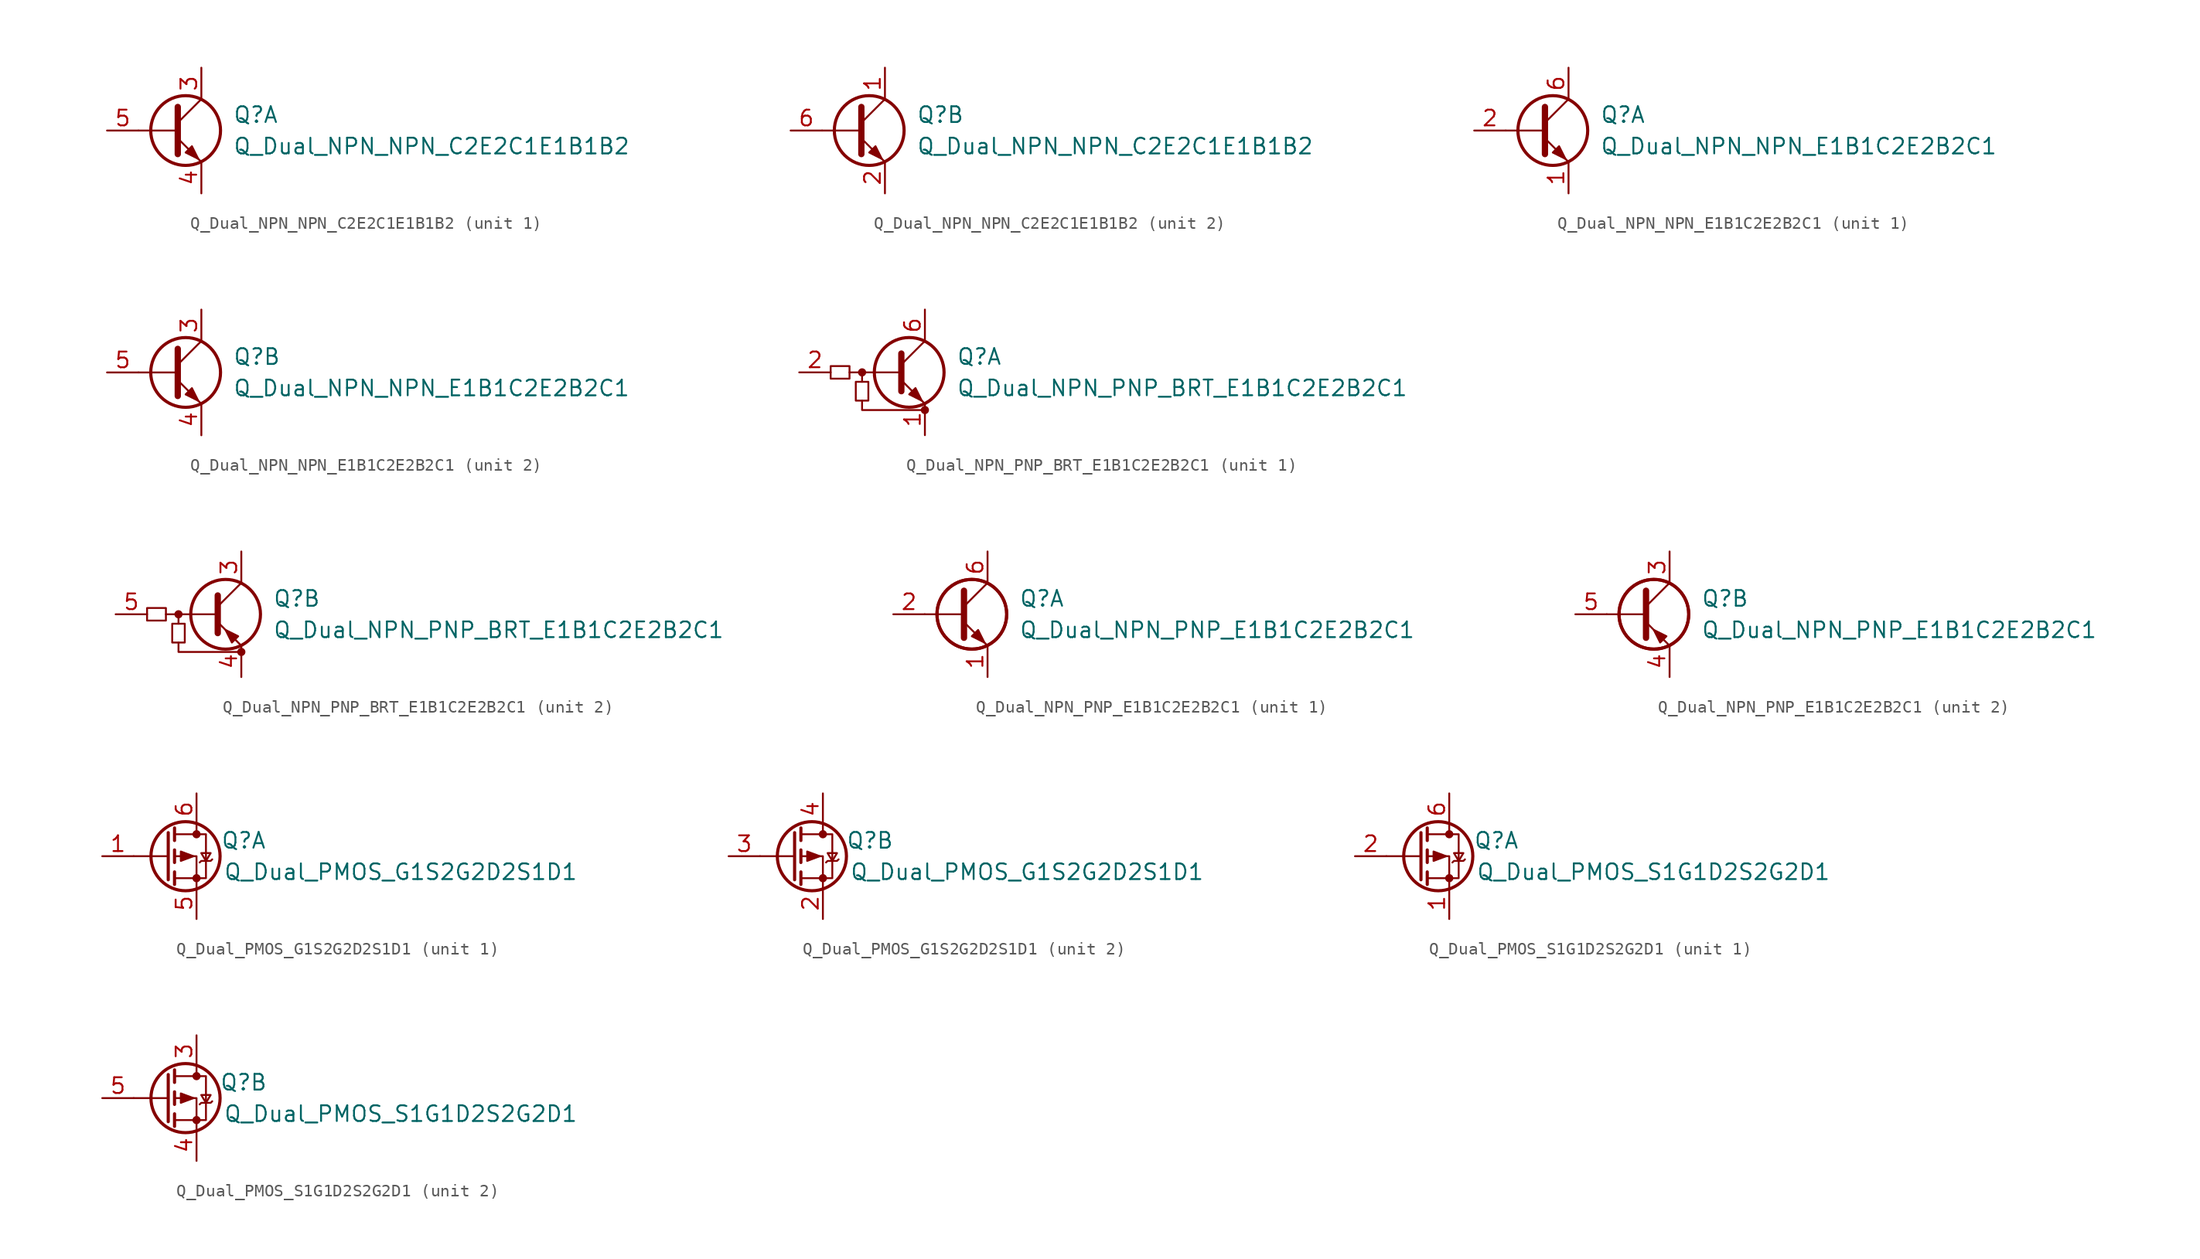
<source format=kicad_sym>
(kicad_symbol_lib
  (version 20241209)
  (generator "kicad_symbol_editor")
  (generator_version "9.0")
  (symbol "Q_Dual_NPN_NPN_C2E2C1E1B1B2"
    (pin_names
      (offset 0)
      (hide yes))
    (property "Reference" "Q"
      (at 5.08 1.27 0)
      (effects (font (size 1.27 1.27)) (justify left)))
    (property "Value" "Q_Dual_NPN_NPN_C2E2C1E1B1B2"
      (at 5.08 -1.27 0)
      (effects (font (size 1.27 1.27)) (justify left)))
    (property "ki_locked" ""
      (at 0 0 0)
      (effects (font (size 1.27 1.27))))
    (symbol "Q_Dual_NPN_NPN_C2E2C1E1B1B2_0_1"
      (polyline (pts (xy 0.635 1.905) (xy 0.635 -1.905) (xy 0.635 -1.905)) (stroke (width 0.508) (type solid)) (fill (type none)))
      (polyline (pts (xy 0.635 0.635) (xy 2.54 2.54)) (stroke (width 0) (type solid)) (fill (type none)))
      (polyline (pts (xy 0.635 0) (xy -2.54 0)) (stroke (width 0) (type solid)) (fill (type none)))
      (polyline (pts (xy 0.635 -0.635) (xy 2.54 -2.54) (xy 2.54 -2.54)) (stroke (width 0) (type solid)) (fill (type none)))
      (circle (center 1.27 0) (radius 2.819) (stroke (width 0.254) (type solid)) (fill (type none)))
      (polyline (pts (xy 1.27 -1.778) (xy 1.778 -1.27) (xy 2.286 -2.286) (xy 1.27 -1.778) (xy 1.27 -1.778)) (stroke (width 0) (type solid)) (fill (type outline))))
    (symbol "Q_Dual_NPN_NPN_C2E2C1E1B1B2_1_1"
      (pin input line (at -5.08 0 0) (length 2.54) (name "B1" (effects (font (size 1.27 1.27)))) (number "5" (effects (font (size 1.27 1.27)))))
      (pin passive line (at 2.54 5.08 270) (length 2.54) (name "C1" (effects (font (size 1.27 1.27)))) (number "3" (effects (font (size 1.27 1.27)))))
      (pin passive line (at 2.54 -5.08 90) (length 2.54) (name "E1" (effects (font (size 1.27 1.27)))) (number "4" (effects (font (size 1.27 1.27))))))
    (symbol "Q_Dual_NPN_NPN_C2E2C1E1B1B2_2_1"
      (pin input line (at -5.08 0 0) (length 2.54) (name "B2" (effects (font (size 1.27 1.27)))) (number "6" (effects (font (size 1.27 1.27)))))
      (pin passive line (at 2.54 5.08 270) (length 2.54) (name "C2" (effects (font (size 1.27 1.27)))) (number "1" (effects (font (size 1.27 1.27)))))
      (pin passive line (at 2.54 -5.08 90) (length 2.54) (name "E2" (effects (font (size 1.27 1.27)))) (number "2" (effects (font (size 1.27 1.27)))))))
  (symbol "Q_Dual_NPN_NPN_E1B1C2E2B2C1"
    (pin_names
      (offset 0)
      (hide yes))
    (property "Reference" "Q"
      (at 5.08 1.27 0)
      (effects (font (size 1.27 1.27)) (justify left)))
    (property "Value" "Q_Dual_NPN_NPN_E1B1C2E2B2C1"
      (at 5.08 -1.27 0)
      (effects (font (size 1.27 1.27)) (justify left)))
    (property "ki_locked" ""
      (at 0 0 0)
      (effects (font (size 1.27 1.27))))
    (symbol "Q_Dual_NPN_NPN_E1B1C2E2B2C1_0_1"
      (polyline (pts (xy 0.635 1.905) (xy 0.635 -1.905) (xy 0.635 -1.905)) (stroke (width 0.508) (type solid)) (fill (type none)))
      (polyline (pts (xy 0.635 0.635) (xy 2.54 2.54)) (stroke (width 0) (type solid)) (fill (type none)))
      (polyline (pts (xy 0.635 0) (xy -2.54 0)) (stroke (width 0) (type solid)) (fill (type none)))
      (polyline (pts (xy 0.635 -0.635) (xy 2.54 -2.54) (xy 2.54 -2.54)) (stroke (width 0) (type solid)) (fill (type none)))
      (circle (center 1.27 0) (radius 2.819) (stroke (width 0.254) (type solid)) (fill (type none)))
      (polyline (pts (xy 1.27 -1.778) (xy 1.778 -1.27) (xy 2.286 -2.286) (xy 1.27 -1.778) (xy 1.27 -1.778)) (stroke (width 0) (type solid)) (fill (type outline))))
    (symbol "Q_Dual_NPN_NPN_E1B1C2E2B2C1_1_1"
      (pin input line (at -5.08 0 0) (length 2.54) (name "B1" (effects (font (size 1.27 1.27)))) (number "2" (effects (font (size 1.27 1.27)))))
      (pin passive line (at 2.54 5.08 270) (length 2.54) (name "C1" (effects (font (size 1.27 1.27)))) (number "6" (effects (font (size 1.27 1.27)))))
      (pin passive line (at 2.54 -5.08 90) (length 2.54) (name "E1" (effects (font (size 1.27 1.27)))) (number "1" (effects (font (size 1.27 1.27))))))
    (symbol "Q_Dual_NPN_NPN_E1B1C2E2B2C1_2_1"
      (pin input line (at -5.08 0 0) (length 2.54) (name "B2" (effects (font (size 1.27 1.27)))) (number "5" (effects (font (size 1.27 1.27)))))
      (pin passive line (at 2.54 5.08 270) (length 2.54) (name "C2" (effects (font (size 1.27 1.27)))) (number "3" (effects (font (size 1.27 1.27)))))
      (pin passive line (at 2.54 -5.08 90) (length 2.54) (name "E2" (effects (font (size 1.27 1.27)))) (number "4" (effects (font (size 1.27 1.27)))))))
  (symbol "Q_Dual_NPN_PNP_BRT_E1B1C2E2B2C1"
    (pin_names
      (hide yes))
    (property "Reference" "Q"
      (at 3.81 1.27 0)
      (effects (font (size 1.27 1.27)) (justify left)))
    (property "Value" "Q_Dual_NPN_PNP_BRT_E1B1C2E2B2C1"
      (at 3.81 -1.27 0)
      (effects (font (size 1.27 1.27)) (justify left)))
    (symbol "Q_Dual_NPN_PNP_BRT_E1B1C2E2B2C1_0_1"
      (rectangle (start -6.35 0.508) (end -4.826 -0.508) (stroke (width 0) (type solid)) (fill (type none)))
      (rectangle (start -4.318 -2.286) (end -3.302 -0.762) (stroke (width 0) (type solid)) (fill (type none)))
      (circle (center -3.81 0) (radius 0.254) (stroke (width 0) (type solid)) (fill (type outline)))
      (polyline (pts (xy -3.81 -0.762) (xy -3.81 0)) (stroke (width 0) (type solid)) (fill (type none)))
      (polyline (pts (xy -3.81 -2.286) (xy -3.81 -3.048) (xy 1.27 -3.048)) (stroke (width 0) (type solid)) (fill (type none)))
      (polyline (pts (xy -0.762 0) (xy -4.826 0)) (stroke (width 0) (type solid)) (fill (type none)))
      (polyline (pts (xy -0.635 1.524) (xy -0.635 -1.524)) (stroke (width 0.508) (type solid)) (fill (type none)))
      (circle (center 1.27 -3.048) (radius 0.254) (stroke (width 0) (type solid)) (fill (type outline))))
    (symbol "Q_Dual_NPN_PNP_BRT_E1B1C2E2B2C1_1_1"
      (polyline (pts (xy -0.635 0.635) (xy 1.27 2.54)) (stroke (width 0) (type solid)) (fill (type none)))
      (polyline (pts (xy -0.635 -0.635) (xy 1.27 -2.54) (xy 1.27 -2.54)) (stroke (width 0) (type solid)) (fill (type none)))
      (circle (center 0 0) (radius 2.819) (stroke (width 0.254) (type solid)) (fill (type none)))
      (polyline (pts (xy 0 -1.778) (xy 0.508 -1.27) (xy 1.016 -2.286) (xy 0 -1.778) (xy 0 -1.778)) (stroke (width 0) (type solid)) (fill (type outline)))
      (pin input line (at -8.89 0 0) (length 2.54) (name "B1" (effects (font (size 1.27 1.27)))) (number "2" (effects (font (size 1.27 1.27)))))
      (pin passive line (at 1.27 5.08 270) (length 2.54) (name "C1" (effects (font (size 1.27 1.27)))) (number "6" (effects (font (size 1.27 1.27)))))
      (pin passive line (at 1.27 -5.08 90) (length 2.54) (name "E1" (effects (font (size 1.27 1.27)))) (number "1" (effects (font (size 1.27 1.27))))))
    (symbol "Q_Dual_NPN_PNP_BRT_E1B1C2E2B2C1_2_1"
      (polyline (pts (xy -0.635 0.635) (xy 1.27 2.54)) (stroke (width 0) (type solid)) (fill (type none)))
      (polyline (pts (xy -0.635 -0.635) (xy 1.27 -2.54) (xy 1.27 -2.54)) (stroke (width 0) (type solid)) (fill (type none)))
      (circle (center 0 0) (radius 2.819) (stroke (width 0.254) (type solid)) (fill (type none)))
      (polyline (pts (xy 1.016 -1.778) (xy 0.508 -2.286) (xy 0 -1.27) (xy 1.016 -1.778) (xy 1.016 -1.778)) (stroke (width 0) (type solid)) (fill (type outline)))
      (pin input line (at -8.89 0 0) (length 2.54) (name "B1" (effects (font (size 1.27 1.27)))) (number "5" (effects (font (size 1.27 1.27)))))
      (pin passive line (at 1.27 5.08 270) (length 2.54) (name "C1" (effects (font (size 1.27 1.27)))) (number "3" (effects (font (size 1.27 1.27)))))
      (pin passive line (at 1.27 -5.08 90) (length 2.54) (name "E1" (effects (font (size 1.27 1.27)))) (number "4" (effects (font (size 1.27 1.27)))))))
  (symbol "Q_Dual_NPN_PNP_E1B1C2E2B2C1"
    (pin_names
      (offset 0)
      (hide yes))
    (property "Reference" "Q"
      (at 5.08 1.27 0)
      (effects (font (size 1.27 1.27)) (justify left)))
    (property "Value" "Q_Dual_NPN_PNP_E1B1C2E2B2C1"
      (at 5.08 -1.27 0)
      (effects (font (size 1.27 1.27)) (justify left)))
    (property "ki_locked" ""
      (at 0 0 0)
      (effects (font (size 1.27 1.27))))
    (symbol "Q_Dual_NPN_PNP_E1B1C2E2B2C1_0_1"
      (polyline (pts (xy 0.635 0) (xy -2.54 0)) (stroke (width 0) (type solid)) (fill (type none)))
      (circle (center 1.27 0) (radius 2.819) (stroke (width 0.254) (type solid)) (fill (type none)))
      (circle (center 1.27 0) (radius 2.819) (stroke (width 0.254) (type solid)) (fill (type none))))
    (symbol "Q_Dual_NPN_PNP_E1B1C2E2B2C1_1_1"
      (polyline (pts (xy 0.635 1.905) (xy 0.635 -1.905) (xy 0.635 -1.905)) (stroke (width 0.508) (type solid)) (fill (type none)))
      (polyline (pts (xy 0.635 0.635) (xy 2.54 2.54)) (stroke (width 0) (type solid)) (fill (type none)))
      (polyline (pts (xy 0.635 -0.635) (xy 2.54 -2.54) (xy 2.54 -2.54)) (stroke (width 0) (type solid)) (fill (type none)))
      (polyline (pts (xy 1.27 -1.778) (xy 1.778 -1.27) (xy 2.286 -2.286) (xy 1.27 -1.778) (xy 1.27 -1.778)) (stroke (width 0) (type solid)) (fill (type outline)))
      (pin input line (at -5.08 0 0) (length 2.54) (name "B1" (effects (font (size 1.27 1.27)))) (number "2" (effects (font (size 1.27 1.27)))))
      (pin passive line (at 2.54 5.08 270) (length 2.54) (name "C1" (effects (font (size 1.27 1.27)))) (number "6" (effects (font (size 1.27 1.27)))))
      (pin passive line (at 2.54 -5.08 90) (length 2.54) (name "E1" (effects (font (size 1.27 1.27)))) (number "1" (effects (font (size 1.27 1.27))))))
    (symbol "Q_Dual_NPN_PNP_E1B1C2E2B2C1_2_1"
      (polyline (pts (xy 0.635 1.905) (xy 0.635 -1.905) (xy 0.635 -1.905)) (stroke (width 0.508) (type solid)) (fill (type none)))
      (polyline (pts (xy 0.635 0.635) (xy 2.54 2.54)) (stroke (width 0) (type solid)) (fill (type none)))
      (polyline (pts (xy 0.635 -0.635) (xy 2.54 -2.54) (xy 2.54 -2.54)) (stroke (width 0) (type solid)) (fill (type none)))
      (polyline (pts (xy 2.286 -1.778) (xy 1.778 -2.286) (xy 1.27 -1.27) (xy 2.286 -1.778) (xy 2.286 -1.778)) (stroke (width 0) (type solid)) (fill (type outline)))
      (pin input line (at -5.08 0 0) (length 2.54) (name "B2" (effects (font (size 1.27 1.27)))) (number "5" (effects (font (size 1.27 1.27)))))
      (pin passive line (at 2.54 5.08 270) (length 2.54) (name "C2" (effects (font (size 1.27 1.27)))) (number "3" (effects (font (size 1.27 1.27)))))
      (pin passive line (at 2.54 -5.08 90) (length 2.54) (name "E2" (effects (font (size 1.27 1.27)))) (number "4" (effects (font (size 1.27 1.27)))))))
  (symbol "Q_Dual_PMOS_G1S2G2D2S1D1"
    (pin_names
      (offset 0)
      (hide yes))
    (property "Reference" "Q"
      (at 6.35 1.27 0)
      (effects (font (size 1.27 1.27))))
    (property "Value" "Q_Dual_PMOS_G1S2G2D2S1D1"
      (at 19.05 -1.27 0)
      (effects (font (size 1.27 1.27))))
    (symbol "Q_Dual_PMOS_G1S2G2D2S1D1_0_1"
      (polyline (pts (xy 0.254 1.905) (xy 0.254 -1.905)) (stroke (width 0.254) (type solid)) (fill (type none)))
      (polyline (pts (xy 0.254 0) (xy -2.54 0)) (stroke (width 0) (type solid)) (fill (type none)))
      (polyline (pts (xy 0.762 2.286) (xy 0.762 1.27)) (stroke (width 0.254) (type solid)) (fill (type none)))
      (polyline (pts (xy 0.762 1.778) (xy 3.302 1.778) (xy 3.302 -1.778) (xy 0.762 -1.778)) (stroke (width 0) (type solid)) (fill (type none)))
      (polyline (pts (xy 0.762 0.508) (xy 0.762 -0.508)) (stroke (width 0.254) (type solid)) (fill (type none)))
      (polyline (pts (xy 0.762 -1.27) (xy 0.762 -2.286)) (stroke (width 0.254) (type solid)) (fill (type none)))
      (circle (center 1.651 0) (radius 2.794) (stroke (width 0.254) (type solid)) (fill (type none)))
      (polyline (pts (xy 2.286 0) (xy 1.27 0.381) (xy 1.27 -0.381) (xy 2.286 0)) (stroke (width 0) (type solid)) (fill (type outline)))
      (polyline (pts (xy 2.54 2.54) (xy 2.54 1.778)) (stroke (width 0) (type solid)) (fill (type none)))
      (circle (center 2.54 1.778) (radius 0.254) (stroke (width 0) (type solid)) (fill (type outline)))
      (circle (center 2.54 -1.778) (radius 0.254) (stroke (width 0) (type solid)) (fill (type outline)))
      (polyline (pts (xy 2.54 -2.54) (xy 2.54 0) (xy 0.762 0)) (stroke (width 0) (type solid)) (fill (type none)))
      (polyline (pts (xy 2.794 -0.508) (xy 2.921 -0.381) (xy 3.683 -0.381) (xy 3.81 -0.254)) (stroke (width 0) (type solid)) (fill (type none)))
      (polyline (pts (xy 3.302 -0.381) (xy 2.921 0.254) (xy 3.683 0.254) (xy 3.302 -0.381)) (stroke (width 0) (type solid)) (fill (type none))))
    (symbol "Q_Dual_PMOS_G1S2G2D2S1D1_1_1"
      (pin input line (at -5.08 0 0) (length 2.54) (name "G" (effects (font (size 1.27 1.27)))) (number "1" (effects (font (size 1.27 1.27)))))
      (pin passive line (at 2.54 5.08 270) (length 2.54) (name "D" (effects (font (size 1.27 1.27)))) (number "6" (effects (font (size 1.27 1.27)))))
      (pin passive line (at 2.54 -5.08 90) (length 2.54) (name "S" (effects (font (size 1.27 1.27)))) (number "5" (effects (font (size 1.27 1.27))))))
    (symbol "Q_Dual_PMOS_G1S2G2D2S1D1_2_1"
      (pin input line (at -5.08 0 0) (length 2.54) (name "G" (effects (font (size 1.27 1.27)))) (number "3" (effects (font (size 1.27 1.27)))))
      (pin passive line (at 2.54 5.08 270) (length 2.54) (name "D" (effects (font (size 1.27 1.27)))) (number "4" (effects (font (size 1.27 1.27)))))
      (pin passive line (at 2.54 -5.08 90) (length 2.54) (name "S" (effects (font (size 1.27 1.27)))) (number "2" (effects (font (size 1.27 1.27)))))))
  (symbol "Q_Dual_PMOS_S1G1D2S2G2D1"
    (pin_names
      (offset 0)
      (hide yes))
    (property "Reference" "Q"
      (at 6.35 1.27 0)
      (effects (font (size 1.27 1.27))))
    (property "Value" "Q_Dual_PMOS_S1G1D2S2G2D1"
      (at 19.05 -1.27 0)
      (effects (font (size 1.27 1.27))))
    (symbol "Q_Dual_PMOS_S1G1D2S2G2D1_0_1"
      (polyline (pts (xy 0.254 1.905) (xy 0.254 -1.905)) (stroke (width 0.254) (type solid)) (fill (type none)))
      (polyline (pts (xy 0.254 0) (xy -2.54 0)) (stroke (width 0) (type solid)) (fill (type none)))
      (polyline (pts (xy 0.762 2.286) (xy 0.762 1.27)) (stroke (width 0.254) (type solid)) (fill (type none)))
      (polyline (pts (xy 0.762 1.778) (xy 3.302 1.778) (xy 3.302 -1.778) (xy 0.762 -1.778)) (stroke (width 0) (type solid)) (fill (type none)))
      (polyline (pts (xy 0.762 0.508) (xy 0.762 -0.508)) (stroke (width 0.254) (type solid)) (fill (type none)))
      (polyline (pts (xy 0.762 -1.27) (xy 0.762 -2.286)) (stroke (width 0.254) (type solid)) (fill (type none)))
      (circle (center 1.651 0) (radius 2.794) (stroke (width 0.254) (type solid)) (fill (type none)))
      (polyline (pts (xy 2.286 0) (xy 1.27 0.381) (xy 1.27 -0.381) (xy 2.286 0)) (stroke (width 0) (type solid)) (fill (type outline)))
      (polyline (pts (xy 2.54 2.54) (xy 2.54 1.778)) (stroke (width 0) (type solid)) (fill (type none)))
      (circle (center 2.54 1.778) (radius 0.254) (stroke (width 0) (type solid)) (fill (type outline)))
      (circle (center 2.54 -1.778) (radius 0.254) (stroke (width 0) (type solid)) (fill (type outline)))
      (polyline (pts (xy 2.54 -2.54) (xy 2.54 0) (xy 0.762 0)) (stroke (width 0) (type solid)) (fill (type none)))
      (polyline (pts (xy 2.794 -0.508) (xy 2.921 -0.381) (xy 3.683 -0.381) (xy 3.81 -0.254)) (stroke (width 0) (type solid)) (fill (type none)))
      (polyline (pts (xy 3.302 -0.381) (xy 2.921 0.254) (xy 3.683 0.254) (xy 3.302 -0.381)) (stroke (width 0) (type solid)) (fill (type none))))
    (symbol "Q_Dual_PMOS_S1G1D2S2G2D1_1_1"
      (pin input line (at -5.08 0 0) (length 2.54) (name "G" (effects (font (size 1.27 1.27)))) (number "2" (effects (font (size 1.27 1.27)))))
      (pin passive line (at 2.54 5.08 270) (length 2.54) (name "D" (effects (font (size 1.27 1.27)))) (number "6" (effects (font (size 1.27 1.27)))))
      (pin passive line (at 2.54 -5.08 90) (length 2.54) (name "S" (effects (font (size 1.27 1.27)))) (number "1" (effects (font (size 1.27 1.27))))))
    (symbol "Q_Dual_PMOS_S1G1D2S2G2D1_2_1"
      (pin input line (at -5.08 0 0) (length 2.54) (name "G" (effects (font (size 1.27 1.27)))) (number "5" (effects (font (size 1.27 1.27)))))
      (pin passive line (at 2.54 5.08 270) (length 2.54) (name "D" (effects (font (size 1.27 1.27)))) (number "3" (effects (font (size 1.27 1.27)))))
      (pin passive line (at 2.54 -5.08 90) (length 2.54) (name "S" (effects (font (size 1.27 1.27)))) (number "4" (effects (font (size 1.27 1.27))))))))
</source>
